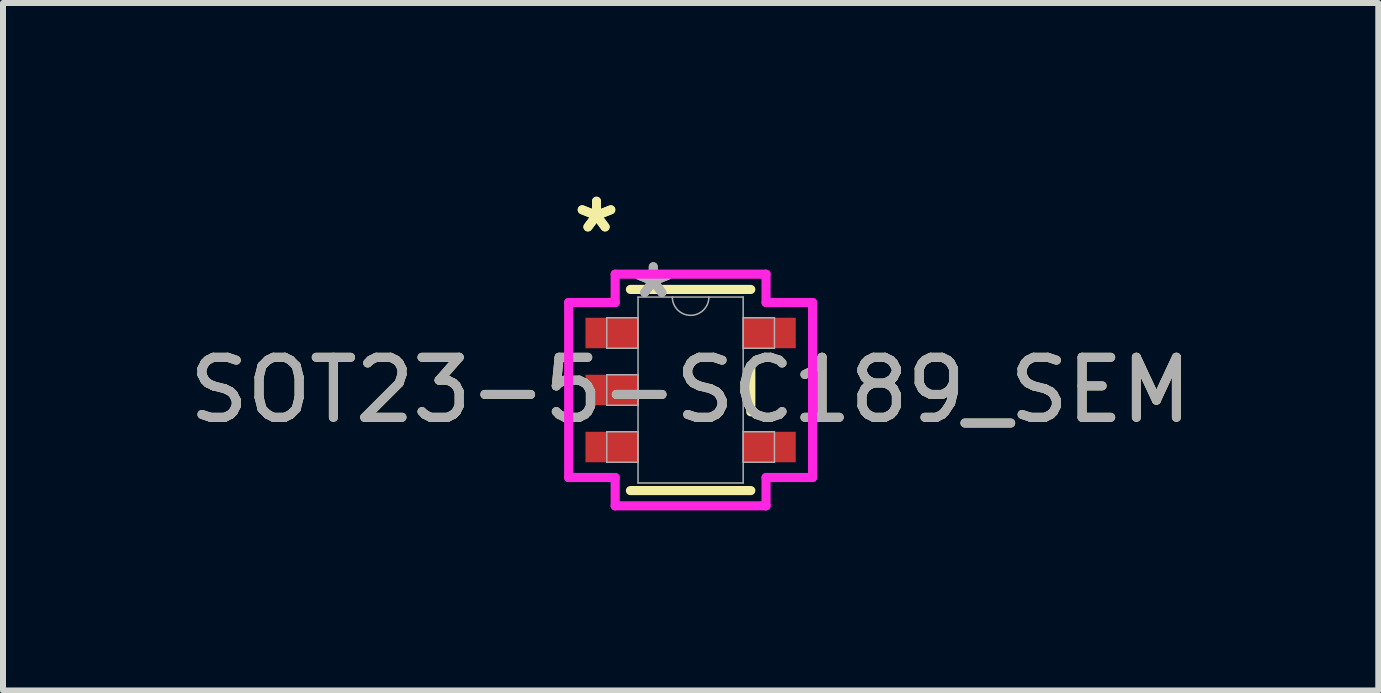
<source format=kicad_pcb>
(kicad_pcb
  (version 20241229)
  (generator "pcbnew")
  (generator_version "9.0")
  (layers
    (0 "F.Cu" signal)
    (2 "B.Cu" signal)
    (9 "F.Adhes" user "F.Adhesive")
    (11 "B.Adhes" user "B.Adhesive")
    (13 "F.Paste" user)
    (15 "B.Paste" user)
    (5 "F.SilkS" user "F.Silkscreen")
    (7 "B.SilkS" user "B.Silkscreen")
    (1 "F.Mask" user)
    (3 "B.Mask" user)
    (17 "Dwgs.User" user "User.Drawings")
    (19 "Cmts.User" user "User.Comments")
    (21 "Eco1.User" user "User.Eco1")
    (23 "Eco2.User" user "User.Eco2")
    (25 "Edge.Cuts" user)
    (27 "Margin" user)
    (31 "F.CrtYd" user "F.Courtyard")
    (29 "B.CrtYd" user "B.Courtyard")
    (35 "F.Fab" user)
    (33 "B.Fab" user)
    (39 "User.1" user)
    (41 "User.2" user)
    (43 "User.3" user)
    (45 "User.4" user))
  (footprint "SOT23-5-SC189_SEM"
    (layer "F.Cu")
    (at 8.458 3.449)
    (property "Reference" "SOT23-5-SC189_SEM" (at 0 0 0) (unlocked yes) (layer "F.SilkS") (effects (font (size 1 1) (thickness 0.15))))
    (attr smd)
    (fp_line (start -1.003 1.676) (end 1.003 1.676) (stroke (width 0.152) (type solid)) (layer "F.SilkS"))
    (fp_line (start 1.003 -1.676) (end -1.003 -1.676) (stroke (width 0.152) (type solid)) (layer "F.SilkS"))
    (fp_line (start 1.003 0.363) (end 1.003 -0.363) (stroke (width 0.152) (type solid)) (layer "F.SilkS"))
    (fp_line (start -2.032 -1.458) (end -1.257 -1.458) (stroke (width 0.152) (type solid)) (layer "F.CrtYd"))
    (fp_line (start -2.032 1.458) (end -2.032 -1.458) (stroke (width 0.152) (type solid)) (layer "F.CrtYd"))
    (fp_line (start -1.257 -1.93) (end 1.257 -1.93) (stroke (width 0.152) (type solid)) (layer "F.CrtYd"))
    (fp_line (start -1.257 -1.458) (end -1.257 -1.93) (stroke (width 0.152) (type solid)) (layer "F.CrtYd"))
    (fp_line (start -1.257 1.458) (end -2.032 1.458) (stroke (width 0.152) (type solid)) (layer "F.CrtYd"))
    (fp_line (start -1.257 1.93) (end -1.257 1.458) (stroke (width 0.152) (type solid)) (layer "F.CrtYd"))
    (fp_line (start 1.257 -1.93) (end 1.257 -1.458) (stroke (width 0.152) (type solid)) (layer "F.CrtYd"))
    (fp_line (start 1.257 -1.458) (end 2.032 -1.458) (stroke (width 0.152) (type solid)) (layer "F.CrtYd"))
    (fp_line (start 1.257 1.458) (end 1.257 1.93) (stroke (width 0.152) (type solid)) (layer "F.CrtYd"))
    (fp_line (start 1.257 1.93) (end -1.257 1.93) (stroke (width 0.152) (type solid)) (layer "F.CrtYd"))
    (fp_line (start 2.032 -1.458) (end 2.032 1.458) (stroke (width 0.152) (type solid)) (layer "F.CrtYd"))
    (fp_line (start 2.032 1.458) (end 1.257 1.458) (stroke (width 0.152) (type solid)) (layer "F.CrtYd"))
    (fp_line (start -1.397 -1.204) (end -1.397 -0.696) (stroke (width 0.025) (type solid)) (layer "F.Fab"))
    (fp_line (start -1.397 -0.696) (end -0.876 -0.696) (stroke (width 0.025) (type solid)) (layer "F.Fab"))
    (fp_line (start -1.397 -0.254) (end -1.397 0.254) (stroke (width 0.025) (type solid)) (layer "F.Fab"))
    (fp_line (start -1.397 0.254) (end -0.876 0.254) (stroke (width 0.025) (type solid)) (layer "F.Fab"))
    (fp_line (start -1.397 0.696) (end -1.397 1.204) (stroke (width 0.025) (type solid)) (layer "F.Fab"))
    (fp_line (start -1.397 1.204) (end -0.876 1.204) (stroke (width 0.025) (type solid)) (layer "F.Fab"))
    (fp_line (start -0.876 -1.549) (end -0.876 1.549) (stroke (width 0.025) (type solid)) (layer "F.Fab"))
    (fp_line (start -0.876 -1.204) (end -1.397 -1.204) (stroke (width 0.025) (type solid)) (layer "F.Fab"))
    (fp_line (start -0.876 -0.696) (end -0.876 -1.204) (stroke (width 0.025) (type solid)) (layer "F.Fab"))
    (fp_line (start -0.876 -0.254) (end -1.397 -0.254) (stroke (width 0.025) (type solid)) (layer "F.Fab"))
    (fp_line (start -0.876 0.254) (end -0.876 -0.254) (stroke (width 0.025) (type solid)) (layer "F.Fab"))
    (fp_line (start -0.876 0.696) (end -1.397 0.696) (stroke (width 0.025) (type solid)) (layer "F.Fab"))
    (fp_line (start -0.876 1.204) (end -0.876 0.696) (stroke (width 0.025) (type solid)) (layer "F.Fab"))
    (fp_line (start -0.876 1.549) (end 0.876 1.549) (stroke (width 0.025) (type solid)) (layer "F.Fab"))
    (fp_line (start 0.876 -1.549) (end -0.876 -1.549) (stroke (width 0.025) (type solid)) (layer "F.Fab"))
    (fp_line (start 0.876 -1.204) (end 0.876 -0.696) (stroke (width 0.025) (type solid)) (layer "F.Fab"))
    (fp_line (start 0.876 -0.696) (end 1.397 -0.696) (stroke (width 0.025) (type solid)) (layer "F.Fab"))
    (fp_line (start 0.876 0.696) (end 0.876 1.204) (stroke (width 0.025) (type solid)) (layer "F.Fab"))
    (fp_line (start 0.876 1.204) (end 1.397 1.204) (stroke (width 0.025) (type solid)) (layer "F.Fab"))
    (fp_line (start 0.876 1.549) (end 0.876 -1.549) (stroke (width 0.025) (type solid)) (layer "F.Fab"))
    (fp_line (start 1.397 -1.204) (end 0.876 -1.204) (stroke (width 0.025) (type solid)) (layer "F.Fab"))
    (fp_line (start 1.397 -0.696) (end 1.397 -1.204) (stroke (width 0.025) (type solid)) (layer "F.Fab"))
    (fp_line (start 1.397 0.696) (end 0.876 0.696) (stroke (width 0.025) (type solid)) (layer "F.Fab"))
    (fp_line (start 1.397 1.204) (end 1.397 0.696) (stroke (width 0.025) (type solid)) (layer "F.Fab"))
    (fp_arc (start 0.3048 -1.5494) (mid 0 -1.2446) (end -0.3048 -1.5494) (stroke (width 0.0254) (type solid)) (layer "F.Fab"))
    (fp_text user "*" (at -1.568 -2.601 0) (unlocked yes) (layer "F.SilkS") (effects (font (size 1 1) (thickness 0.15))))
    (fp_text user "*" (at -1.568 -2.601 0) (layer "F.SilkS") (effects (font (size 1 1) (thickness 0.15))))
    (fp_text user "${REFERENCE}" (at 0 0 0) (unlocked yes) (layer "F.Fab") (effects (font (size 1 1) (thickness 0.15))))
    (fp_text user "*" (at -0.622 -1.509 0) (layer "F.Fab") (effects (font (size 1 1) (thickness 0.15))))
    (fp_text user "*" (at -0.622 -1.509 0) (unlocked yes) (layer "F.Fab") (effects (font (size 1 1) (thickness 0.15))))
    (pad "1" smd rect (at -1.314 -0.95) (size 0.876 0.508) (layers "F.Cu" "F.Mask" "F.Paste"))
    (pad "2" smd rect (at -1.314 0) (size 0.876 0.508) (layers "F.Cu" "F.Mask" "F.Paste"))
    (pad "3" smd rect (at -1.314 0.95) (size 0.876 0.508) (layers "F.Cu" "F.Mask" "F.Paste"))
    (pad "4" smd rect (at 1.314 0.95) (size 0.876 0.508) (layers "F.Cu" "F.Mask" "F.Paste"))
    (pad "5" smd rect (at 1.314 -0.95) (size 0.876 0.508) (layers "F.Cu" "F.Mask" "F.Paste")))
  (gr_rect
    (start -3 -3)
    (end 19.917 8.456)
    (stroke (width 0.1) (type default))
    (fill no)
    (layer "Edge.Cuts")))
</source>
